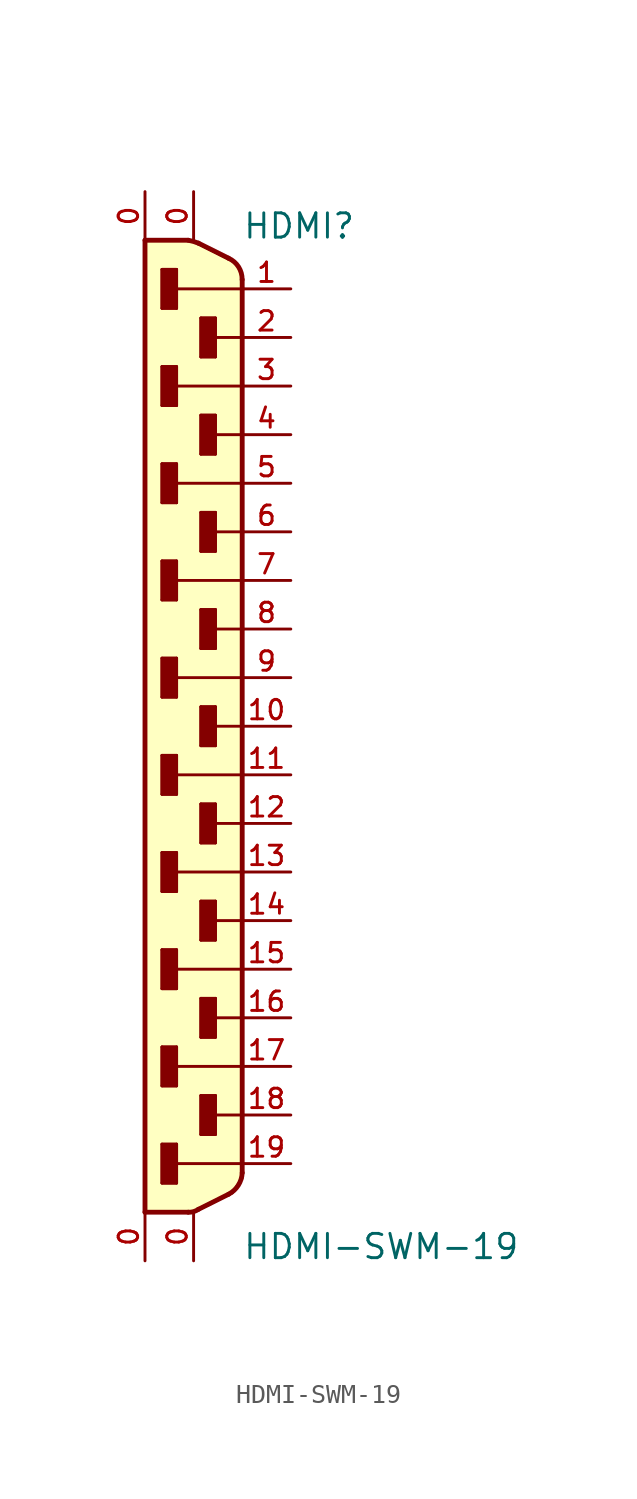
<source format=kicad_sym>
(kicad_symbol_lib
  (version 20220914)
  (generator kicad_symbol_editor)
  (symbol "HDMI-SWM-19"
    (pin_names
      (offset 1.016) hide)
    (property "Reference" "HDMI"
      (at 2.54 25.4 0)
      (effects (font (size 1.27 1.27)) (justify left bottom)))
    (property "Value" "HDMI-SWM-19"
      (at 2.54 -27.94 0)
      (effects (font (size 1.27 1.27)) (justify left bottom)))
    (symbol "HDMI-SWM-19_1_0"
      (polyline (pts (xy -2.54 -25.4) (xy -0.279 -25.4)) (stroke (width 0.254) (type solid)) (fill (type none)))
      (polyline (pts (xy -2.54 25.4) (xy -2.54 -25.4)) (stroke (width 0.254) (type solid)) (fill (type none)))
      (polyline (pts (xy -1.651 -23.876) (xy -1.651 -21.844)) (stroke (width 0) (type solid)) (fill (type none)))
      (polyline (pts (xy -1.651 -21.844) (xy -0.889 -21.844)) (stroke (width 0) (type solid)) (fill (type none)))
      (polyline (pts (xy -1.651 -18.796) (xy -1.651 -16.764)) (stroke (width 0) (type solid)) (fill (type none)))
      (polyline (pts (xy -1.651 -16.764) (xy -0.889 -16.764)) (stroke (width 0) (type solid)) (fill (type none)))
      (polyline (pts (xy -1.651 -13.716) (xy -1.651 -11.684)) (stroke (width 0) (type solid)) (fill (type none)))
      (polyline (pts (xy -1.651 -11.684) (xy -0.889 -11.684)) (stroke (width 0) (type solid)) (fill (type none)))
      (polyline (pts (xy -1.651 -8.636) (xy -1.651 -6.604)) (stroke (width 0) (type solid)) (fill (type none)))
      (polyline (pts (xy -1.651 -6.604) (xy -0.889 -6.604)) (stroke (width 0) (type solid)) (fill (type none)))
      (polyline (pts (xy -1.651 -3.556) (xy -1.651 -1.524)) (stroke (width 0) (type solid)) (fill (type none)))
      (polyline (pts (xy -1.651 -1.524) (xy -0.889 -1.524)) (stroke (width 0) (type solid)) (fill (type none)))
      (polyline (pts (xy -1.651 1.524) (xy -1.651 3.556)) (stroke (width 0) (type solid)) (fill (type none)))
      (polyline (pts (xy -1.651 3.556) (xy -0.889 3.556)) (stroke (width 0) (type solid)) (fill (type none)))
      (polyline (pts (xy -1.651 6.604) (xy -1.651 8.636)) (stroke (width 0) (type solid)) (fill (type none)))
      (polyline (pts (xy -1.651 8.636) (xy -0.889 8.636)) (stroke (width 0) (type solid)) (fill (type none)))
      (polyline (pts (xy -1.651 11.684) (xy -1.651 13.716)) (stroke (width 0) (type solid)) (fill (type none)))
      (polyline (pts (xy -1.651 13.716) (xy -0.889 13.716)) (stroke (width 0) (type solid)) (fill (type none)))
      (polyline (pts (xy -1.651 16.764) (xy -1.651 18.796)) (stroke (width 0) (type solid)) (fill (type none)))
      (polyline (pts (xy -1.651 18.796) (xy -0.889 18.796)) (stroke (width 0) (type solid)) (fill (type none)))
      (polyline (pts (xy -1.651 21.844) (xy -1.651 23.876)) (stroke (width 0) (type solid)) (fill (type none)))
      (polyline (pts (xy -1.651 23.876) (xy -0.889 23.876)) (stroke (width 0) (type solid)) (fill (type none)))
      (polyline (pts (xy -0.889 -23.876) (xy -1.651 -23.876)) (stroke (width 0) (type solid)) (fill (type none)))
      (polyline (pts (xy -0.889 -22.86) (xy -0.889 -23.876)) (stroke (width 0) (type solid)) (fill (type none)))
      (polyline (pts (xy -0.889 -21.844) (xy -0.889 -22.86)) (stroke (width 0) (type solid)) (fill (type none)))
      (polyline (pts (xy -0.889 -18.796) (xy -1.651 -18.796)) (stroke (width 0) (type solid)) (fill (type none)))
      (polyline (pts (xy -0.889 -17.78) (xy -0.889 -18.796)) (stroke (width 0) (type solid)) (fill (type none)))
      (polyline (pts (xy -0.889 -16.764) (xy -0.889 -17.78)) (stroke (width 0) (type solid)) (fill (type none)))
      (polyline (pts (xy -0.889 -13.716) (xy -1.651 -13.716)) (stroke (width 0) (type solid)) (fill (type none)))
      (polyline (pts (xy -0.889 -12.7) (xy -0.889 -13.716)) (stroke (width 0) (type solid)) (fill (type none)))
      (polyline (pts (xy -0.889 -11.684) (xy -0.889 -12.7)) (stroke (width 0) (type solid)) (fill (type none)))
      (polyline (pts (xy -0.889 -8.636) (xy -1.651 -8.636)) (stroke (width 0) (type solid)) (fill (type none)))
      (polyline (pts (xy -0.889 -7.62) (xy -0.889 -8.636)) (stroke (width 0) (type solid)) (fill (type none)))
      (polyline (pts (xy -0.889 -6.604) (xy -0.889 -7.62)) (stroke (width 0) (type solid)) (fill (type none)))
      (polyline (pts (xy -0.889 -3.556) (xy -1.651 -3.556)) (stroke (width 0) (type solid)) (fill (type none)))
      (polyline (pts (xy -0.889 -2.54) (xy -0.889 -3.556)) (stroke (width 0) (type solid)) (fill (type none)))
      (polyline (pts (xy -0.889 -1.524) (xy -0.889 -2.54)) (stroke (width 0) (type solid)) (fill (type none)))
      (polyline (pts (xy -0.889 1.524) (xy -1.651 1.524)) (stroke (width 0) (type solid)) (fill (type none)))
      (polyline (pts (xy -0.889 2.54) (xy -0.889 1.524)) (stroke (width 0) (type solid)) (fill (type none)))
      (polyline (pts (xy -0.889 3.556) (xy -0.889 2.54)) (stroke (width 0) (type solid)) (fill (type none)))
      (polyline (pts (xy -0.889 6.604) (xy -1.651 6.604)) (stroke (width 0) (type solid)) (fill (type none)))
      (polyline (pts (xy -0.889 7.62) (xy -0.889 6.604)) (stroke (width 0) (type solid)) (fill (type none)))
      (polyline (pts (xy -0.889 8.636) (xy -0.889 7.62)) (stroke (width 0) (type solid)) (fill (type none)))
      (polyline (pts (xy -0.889 11.684) (xy -1.651 11.684)) (stroke (width 0) (type solid)) (fill (type none)))
      (polyline (pts (xy -0.889 12.7) (xy -0.889 11.684)) (stroke (width 0) (type solid)) (fill (type none)))
      (polyline (pts (xy -0.889 13.716) (xy -0.889 12.7)) (stroke (width 0) (type solid)) (fill (type none)))
      (polyline (pts (xy -0.889 16.764) (xy -1.651 16.764)) (stroke (width 0) (type solid)) (fill (type none)))
      (polyline (pts (xy -0.889 17.78) (xy -0.889 16.764)) (stroke (width 0) (type solid)) (fill (type none)))
      (polyline (pts (xy -0.889 18.796) (xy -0.889 17.78)) (stroke (width 0) (type solid)) (fill (type none)))
      (polyline (pts (xy -0.889 21.844) (xy -1.651 21.844)) (stroke (width 0) (type solid)) (fill (type none)))
      (polyline (pts (xy -0.889 22.86) (xy -0.889 21.844)) (stroke (width 0) (type solid)) (fill (type none)))
      (polyline (pts (xy -0.889 23.876) (xy -0.889 22.86)) (stroke (width 0) (type solid)) (fill (type none)))
      (polyline (pts (xy -0.279 25.4) (xy -2.54 25.4)) (stroke (width 0.254) (type solid)) (fill (type none)))
      (polyline (pts (xy 0.254 -25.248) (xy 1.829 -24.46)) (stroke (width 0.254) (type solid)) (fill (type none)))
      (polyline (pts (xy 0.381 -21.336) (xy 0.381 -19.304)) (stroke (width 0) (type solid)) (fill (type none)))
      (polyline (pts (xy 0.381 -19.304) (xy 1.143 -19.304)) (stroke (width 0) (type solid)) (fill (type none)))
      (polyline (pts (xy 0.381 -16.256) (xy 0.381 -14.224)) (stroke (width 0) (type solid)) (fill (type none)))
      (polyline (pts (xy 0.381 -14.224) (xy 1.143 -14.224)) (stroke (width 0) (type solid)) (fill (type none)))
      (polyline (pts (xy 0.381 -11.176) (xy 0.381 -9.144)) (stroke (width 0) (type solid)) (fill (type none)))
      (polyline (pts (xy 0.381 -9.144) (xy 1.143 -9.144)) (stroke (width 0) (type solid)) (fill (type none)))
      (polyline (pts (xy 0.381 -6.096) (xy 0.381 -4.064)) (stroke (width 0) (type solid)) (fill (type none)))
      (polyline (pts (xy 0.381 -4.064) (xy 1.143 -4.064)) (stroke (width 0) (type solid)) (fill (type none)))
      (polyline (pts (xy 0.381 -1.016) (xy 0.381 1.016)) (stroke (width 0) (type solid)) (fill (type none)))
      (polyline (pts (xy 0.381 1.016) (xy 1.143 1.016)) (stroke (width 0) (type solid)) (fill (type none)))
      (polyline (pts (xy 0.381 4.064) (xy 0.381 6.096)) (stroke (width 0) (type solid)) (fill (type none)))
      (polyline (pts (xy 0.381 6.096) (xy 1.143 6.096)) (stroke (width 0) (type solid)) (fill (type none)))
      (polyline (pts (xy 0.381 9.144) (xy 0.381 11.176)) (stroke (width 0) (type solid)) (fill (type none)))
      (polyline (pts (xy 0.381 11.176) (xy 1.143 11.176)) (stroke (width 0) (type solid)) (fill (type none)))
      (polyline (pts (xy 0.381 14.224) (xy 0.381 16.256)) (stroke (width 0) (type solid)) (fill (type none)))
      (polyline (pts (xy 0.381 16.256) (xy 1.143 16.256)) (stroke (width 0) (type solid)) (fill (type none)))
      (polyline (pts (xy 0.381 19.304) (xy 0.381 21.336)) (stroke (width 0) (type solid)) (fill (type none)))
      (polyline (pts (xy 0.381 21.336) (xy 1.143 21.336)) (stroke (width 0) (type solid)) (fill (type none)))
      (polyline (pts (xy 1.143 -21.336) (xy 0.381 -21.336)) (stroke (width 0) (type solid)) (fill (type none)))
      (polyline (pts (xy 1.143 -20.32) (xy 1.143 -21.336)) (stroke (width 0) (type solid)) (fill (type none)))
      (polyline (pts (xy 1.143 -19.304) (xy 1.143 -20.32)) (stroke (width 0) (type solid)) (fill (type none)))
      (polyline (pts (xy 1.143 -16.256) (xy 0.381 -16.256)) (stroke (width 0) (type solid)) (fill (type none)))
      (polyline (pts (xy 1.143 -15.24) (xy 1.143 -16.256)) (stroke (width 0) (type solid)) (fill (type none)))
      (polyline (pts (xy 1.143 -14.224) (xy 1.143 -15.24)) (stroke (width 0) (type solid)) (fill (type none)))
      (polyline (pts (xy 1.143 -11.176) (xy 0.381 -11.176)) (stroke (width 0) (type solid)) (fill (type none)))
      (polyline (pts (xy 1.143 -10.16) (xy 1.143 -11.176)) (stroke (width 0) (type solid)) (fill (type none)))
      (polyline (pts (xy 1.143 -9.144) (xy 1.143 -10.16)) (stroke (width 0) (type solid)) (fill (type none)))
      (polyline (pts (xy 1.143 -6.096) (xy 0.381 -6.096)) (stroke (width 0) (type solid)) (fill (type none)))
      (polyline (pts (xy 1.143 -5.08) (xy 1.143 -6.096)) (stroke (width 0) (type solid)) (fill (type none)))
      (polyline (pts (xy 1.143 -4.064) (xy 1.143 -5.08)) (stroke (width 0) (type solid)) (fill (type none)))
      (polyline (pts (xy 1.143 -1.016) (xy 0.381 -1.016)) (stroke (width 0) (type solid)) (fill (type none)))
      (polyline (pts (xy 1.143 0) (xy 1.143 -1.016)) (stroke (width 0) (type solid)) (fill (type none)))
      (polyline (pts (xy 1.143 1.016) (xy 1.143 0)) (stroke (width 0) (type solid)) (fill (type none)))
      (polyline (pts (xy 1.143 4.064) (xy 0.381 4.064)) (stroke (width 0) (type solid)) (fill (type none)))
      (polyline (pts (xy 1.143 5.08) (xy 1.143 4.064)) (stroke (width 0) (type solid)) (fill (type none)))
      (polyline (pts (xy 1.143 6.096) (xy 1.143 5.08)) (stroke (width 0) (type solid)) (fill (type none)))
      (polyline (pts (xy 1.143 9.144) (xy 0.381 9.144)) (stroke (width 0) (type solid)) (fill (type none)))
      (polyline (pts (xy 1.143 10.16) (xy 1.143 9.144)) (stroke (width 0) (type solid)) (fill (type none)))
      (polyline (pts (xy 1.143 11.176) (xy 1.143 10.16)) (stroke (width 0) (type solid)) (fill (type none)))
      (polyline (pts (xy 1.143 14.224) (xy 0.381 14.224)) (stroke (width 0) (type solid)) (fill (type none)))
      (polyline (pts (xy 1.143 15.24) (xy 1.143 14.224)) (stroke (width 0) (type solid)) (fill (type none)))
      (polyline (pts (xy 1.143 16.256) (xy 1.143 15.24)) (stroke (width 0) (type solid)) (fill (type none)))
      (polyline (pts (xy 1.143 19.304) (xy 0.381 19.304)) (stroke (width 0) (type solid)) (fill (type none)))
      (polyline (pts (xy 1.143 20.32) (xy 1.143 19.304)) (stroke (width 0) (type solid)) (fill (type none)))
      (polyline (pts (xy 1.143 21.336) (xy 1.143 20.32)) (stroke (width 0) (type solid)) (fill (type none)))
      (polyline (pts (xy 1.829 24.46) (xy 0.254 25.248)) (stroke (width 0.254) (type solid)) (fill (type none)))
      (polyline (pts (xy 2.54 -23.343) (xy 2.54 -22.86)) (stroke (width 0.254) (type solid)) (fill (type none)))
      (polyline (pts (xy 2.54 -22.86) (xy -0.889 -22.86)) (stroke (width 0) (type solid)) (fill (type none)))
      (polyline (pts (xy 2.54 -22.86) (xy 2.54 -20.32)) (stroke (width 0.254) (type solid)) (fill (type none)))
      (polyline (pts (xy 2.54 -20.32) (xy 1.143 -20.32)) (stroke (width 0) (type solid)) (fill (type none)))
      (polyline (pts (xy 2.54 -20.32) (xy 2.54 -17.78)) (stroke (width 0.254) (type solid)) (fill (type none)))
      (polyline (pts (xy 2.54 -17.78) (xy -0.889 -17.78)) (stroke (width 0) (type solid)) (fill (type none)))
      (polyline (pts (xy 2.54 -17.78) (xy 2.54 -15.24)) (stroke (width 0.254) (type solid)) (fill (type none)))
      (polyline (pts (xy 2.54 -15.24) (xy 1.143 -15.24)) (stroke (width 0) (type solid)) (fill (type none)))
      (polyline (pts (xy 2.54 -15.24) (xy 2.54 -12.7)) (stroke (width 0.254) (type solid)) (fill (type none)))
      (polyline (pts (xy 2.54 -12.7) (xy -0.889 -12.7)) (stroke (width 0) (type solid)) (fill (type none)))
      (polyline (pts (xy 2.54 -12.7) (xy 2.54 -10.16)) (stroke (width 0.254) (type solid)) (fill (type none)))
      (polyline (pts (xy 2.54 -10.16) (xy 1.143 -10.16)) (stroke (width 0) (type solid)) (fill (type none)))
      (polyline (pts (xy 2.54 -10.16) (xy 2.54 -7.62)) (stroke (width 0.254) (type solid)) (fill (type none)))
      (polyline (pts (xy 2.54 -7.62) (xy -0.889 -7.62)) (stroke (width 0) (type solid)) (fill (type none)))
      (polyline (pts (xy 2.54 -7.62) (xy 2.54 -5.08)) (stroke (width 0.254) (type solid)) (fill (type none)))
      (polyline (pts (xy 2.54 -5.08) (xy 1.143 -5.08)) (stroke (width 0) (type solid)) (fill (type none)))
      (polyline (pts (xy 2.54 -5.08) (xy 2.54 -2.54)) (stroke (width 0.254) (type solid)) (fill (type none)))
      (polyline (pts (xy 2.54 -2.54) (xy -0.889 -2.54)) (stroke (width 0) (type solid)) (fill (type none)))
      (polyline (pts (xy 2.54 -2.54) (xy 2.54 0)) (stroke (width 0.254) (type solid)) (fill (type none)))
      (polyline (pts (xy 2.54 0) (xy 1.143 0)) (stroke (width 0) (type solid)) (fill (type none)))
      (polyline (pts (xy 2.54 0) (xy 2.54 2.54)) (stroke (width 0.254) (type solid)) (fill (type none)))
      (polyline (pts (xy 2.54 2.54) (xy -0.889 2.54)) (stroke (width 0) (type solid)) (fill (type none)))
      (polyline (pts (xy 2.54 2.54) (xy 2.54 5.08)) (stroke (width 0.254) (type solid)) (fill (type none)))
      (polyline (pts (xy 2.54 5.08) (xy 1.143 5.08)) (stroke (width 0) (type solid)) (fill (type none)))
      (polyline (pts (xy 2.54 5.08) (xy 2.54 7.62)) (stroke (width 0.254) (type solid)) (fill (type none)))
      (polyline (pts (xy 2.54 7.62) (xy -0.889 7.62)) (stroke (width 0) (type solid)) (fill (type none)))
      (polyline (pts (xy 2.54 7.62) (xy 2.54 10.16)) (stroke (width 0.254) (type solid)) (fill (type none)))
      (polyline (pts (xy 2.54 10.16) (xy 1.143 10.16)) (stroke (width 0) (type solid)) (fill (type none)))
      (polyline (pts (xy 2.54 10.16) (xy 2.54 12.7)) (stroke (width 0.254) (type solid)) (fill (type none)))
      (polyline (pts (xy 2.54 12.7) (xy -0.889 12.7)) (stroke (width 0) (type solid)) (fill (type none)))
      (polyline (pts (xy 2.54 12.7) (xy 2.54 15.24)) (stroke (width 0.254) (type solid)) (fill (type none)))
      (polyline (pts (xy 2.54 15.24) (xy 1.143 15.24)) (stroke (width 0) (type solid)) (fill (type none)))
      (polyline (pts (xy 2.54 15.24) (xy 2.54 17.78)) (stroke (width 0.254) (type solid)) (fill (type none)))
      (polyline (pts (xy 2.54 17.78) (xy -0.889 17.78)) (stroke (width 0) (type solid)) (fill (type none)))
      (polyline (pts (xy 2.54 17.78) (xy 2.54 20.32)) (stroke (width 0.254) (type solid)) (fill (type none)))
      (polyline (pts (xy 2.54 20.32) (xy 1.143 20.32)) (stroke (width 0) (type solid)) (fill (type none)))
      (polyline (pts (xy 2.54 20.32) (xy 2.54 22.86)) (stroke (width 0.254) (type solid)) (fill (type none)))
      (polyline (pts (xy 2.54 22.86) (xy -0.889 22.86)) (stroke (width 0) (type solid)) (fill (type none)))
      (polyline (pts (xy 2.54 22.86) (xy 2.54 23.343)) (stroke (width 0.254) (type solid)) (fill (type none))))
    (symbol "HDMI-SWM-19_1_1"
      (rectangle (start -1.651 -21.844) (end -0.889 -23.876) (stroke (width 0) (type default)) (fill (type outline)))
      (rectangle (start -1.651 -16.764) (end -0.889 -18.796) (stroke (width 0) (type default)) (fill (type outline)))
      (rectangle (start -1.651 -11.684) (end -0.889 -13.716) (stroke (width 0) (type default)) (fill (type outline)))
      (rectangle (start -1.651 -6.604) (end -0.889 -8.636) (stroke (width 0) (type default)) (fill (type outline)))
      (rectangle (start -1.651 -1.524) (end -0.889 -3.556) (stroke (width 0) (type default)) (fill (type outline)))
      (rectangle (start -1.651 3.556) (end -0.889 1.524) (stroke (width 0) (type default)) (fill (type outline)))
      (rectangle (start -1.651 8.636) (end -0.889 6.604) (stroke (width 0) (type default)) (fill (type outline)))
      (rectangle (start -1.651 13.716) (end -0.889 11.684) (stroke (width 0) (type default)) (fill (type outline)))
      (rectangle (start -1.651 18.796) (end -0.889 16.764) (stroke (width 0) (type default)) (fill (type outline)))
      (rectangle (start -1.651 23.876) (end -0.889 21.844) (stroke (width 0) (type default)) (fill (type outline)))
      (arc (start -0.2794 -25.4) (mid 0.001 -25.3687) (end 0.254 -25.2476) (stroke (width 0.254) (type solid)) (fill (type none)))
      (polyline (pts (xy -2.54 -25.4) (xy 0 -25.4) (xy 2.032 -24.384) (xy 2.54 -23.622) (xy 2.54 -22.733) (xy 2.54 23.368) (xy 2.54 23.495) (xy 2.413 23.876) (xy 2.159 24.257) (xy 0.127 25.273) (xy -0.254 25.4) (xy -2.54 25.4) (xy -2.54 -25.4)) (stroke (width 0) (type default)) (fill (type background)))
      (arc (start 0.254 25.2476) (mid -0.006 25.3378) (end -0.2794 25.4) (stroke (width 0.254) (type solid)) (fill (type none)))
      (rectangle (start 0.381 -19.304) (end 1.143 -21.336) (stroke (width 0) (type default)) (fill (type outline)))
      (rectangle (start 0.381 -14.224) (end 1.143 -16.256) (stroke (width 0) (type default)) (fill (type outline)))
      (rectangle (start 0.381 -9.144) (end 1.143 -11.176) (stroke (width 0) (type default)) (fill (type outline)))
      (rectangle (start 0.381 -4.064) (end 1.143 -6.096) (stroke (width 0) (type default)) (fill (type outline)))
      (rectangle (start 0.381 1.016) (end 1.143 -1.016) (stroke (width 0) (type default)) (fill (type outline)))
      (rectangle (start 0.381 6.096) (end 1.143 4.064) (stroke (width 0) (type default)) (fill (type outline)))
      (rectangle (start 0.381 11.176) (end 1.143 9.144) (stroke (width 0) (type default)) (fill (type outline)))
      (rectangle (start 0.381 16.256) (end 1.143 14.224) (stroke (width 0) (type default)) (fill (type outline)))
      (rectangle (start 0.381 21.336) (end 1.143 19.304) (stroke (width 0) (type default)) (fill (type outline)))
      (arc (start 1.8288 -24.4602) (mid 2.3329 -23.9995) (end 2.54 -23.3426) (stroke (width 0.254) (type solid)) (fill (type none)))
      (arc (start 2.54 23.3426) (mid 2.3503 24.0103) (end 1.8288 24.4602) (stroke (width 0.254) (type solid)) (fill (type none)))
      (pin input line (at 0 27.94 270) (length 2.54) (name "20" (effects (font (size 1.016 1.016)))) (number "0" (effects (font (size 1.016 1.016)))))
      (pin input line (at -2.54 27.94 270) (length 2.54) (name "21" (effects (font (size 1.016 1.016)))) (number "0" (effects (font (size 1.016 1.016)))))
      (pin input line (at 0 -27.94 90) (length 2.54) (name "22" (effects (font (size 1.016 1.016)))) (number "0" (effects (font (size 1.016 1.016)))))
      (pin input line (at -2.54 -27.94 90) (length 2.54) (name "23" (effects (font (size 1.016 1.016)))) (number "0" (effects (font (size 1.016 1.016)))))
      (pin input line (at 5.08 22.86 180) (length 2.54) (name "1" (effects (font (size 1.016 1.016)))) (number "1" (effects (font (size 1.016 1.016)))))
      (pin input line (at 5.08 0 180) (length 2.54) (name "10" (effects (font (size 1.016 1.016)))) (number "10" (effects (font (size 1.016 1.016)))))
      (pin input line (at 5.08 -2.54 180) (length 2.54) (name "11" (effects (font (size 1.016 1.016)))) (number "11" (effects (font (size 1.016 1.016)))))
      (pin input line (at 5.08 -5.08 180) (length 2.54) (name "12" (effects (font (size 1.016 1.016)))) (number "12" (effects (font (size 1.016 1.016)))))
      (pin input line (at 5.08 -7.62 180) (length 2.54) (name "13" (effects (font (size 1.016 1.016)))) (number "13" (effects (font (size 1.016 1.016)))))
      (pin input line (at 5.08 -10.16 180) (length 2.54) (name "14" (effects (font (size 1.016 1.016)))) (number "14" (effects (font (size 1.016 1.016)))))
      (pin input line (at 5.08 -12.7 180) (length 2.54) (name "15" (effects (font (size 1.016 1.016)))) (number "15" (effects (font (size 1.016 1.016)))))
      (pin input line (at 5.08 -15.24 180) (length 2.54) (name "16" (effects (font (size 1.016 1.016)))) (number "16" (effects (font (size 1.016 1.016)))))
      (pin input line (at 5.08 -17.78 180) (length 2.54) (name "17" (effects (font (size 1.016 1.016)))) (number "17" (effects (font (size 1.016 1.016)))))
      (pin input line (at 5.08 -20.32 180) (length 2.54) (name "18" (effects (font (size 1.016 1.016)))) (number "18" (effects (font (size 1.016 1.016)))))
      (pin input line (at 5.08 -22.86 180) (length 2.54) (name "19" (effects (font (size 1.016 1.016)))) (number "19" (effects (font (size 1.016 1.016)))))
      (pin input line (at 5.08 20.32 180) (length 2.54) (name "2" (effects (font (size 1.016 1.016)))) (number "2" (effects (font (size 1.016 1.016)))))
      (pin input line (at 5.08 17.78 180) (length 2.54) (name "3" (effects (font (size 1.016 1.016)))) (number "3" (effects (font (size 1.016 1.016)))))
      (pin input line (at 5.08 15.24 180) (length 2.54) (name "4" (effects (font (size 1.016 1.016)))) (number "4" (effects (font (size 1.016 1.016)))))
      (pin input line (at 5.08 12.7 180) (length 2.54) (name "5" (effects (font (size 1.016 1.016)))) (number "5" (effects (font (size 1.016 1.016)))))
      (pin input line (at 5.08 10.16 180) (length 2.54) (name "6" (effects (font (size 1.016 1.016)))) (number "6" (effects (font (size 1.016 1.016)))))
      (pin input line (at 5.08 7.62 180) (length 2.54) (name "7" (effects (font (size 1.016 1.016)))) (number "7" (effects (font (size 1.016 1.016)))))
      (pin input line (at 5.08 5.08 180) (length 2.54) (name "8" (effects (font (size 1.016 1.016)))) (number "8" (effects (font (size 1.016 1.016)))))
      (pin input line (at 5.08 2.54 180) (length 2.54) (name "9" (effects (font (size 1.016 1.016)))) (number "9" (effects (font (size 1.016 1.016))))))))
</source>
